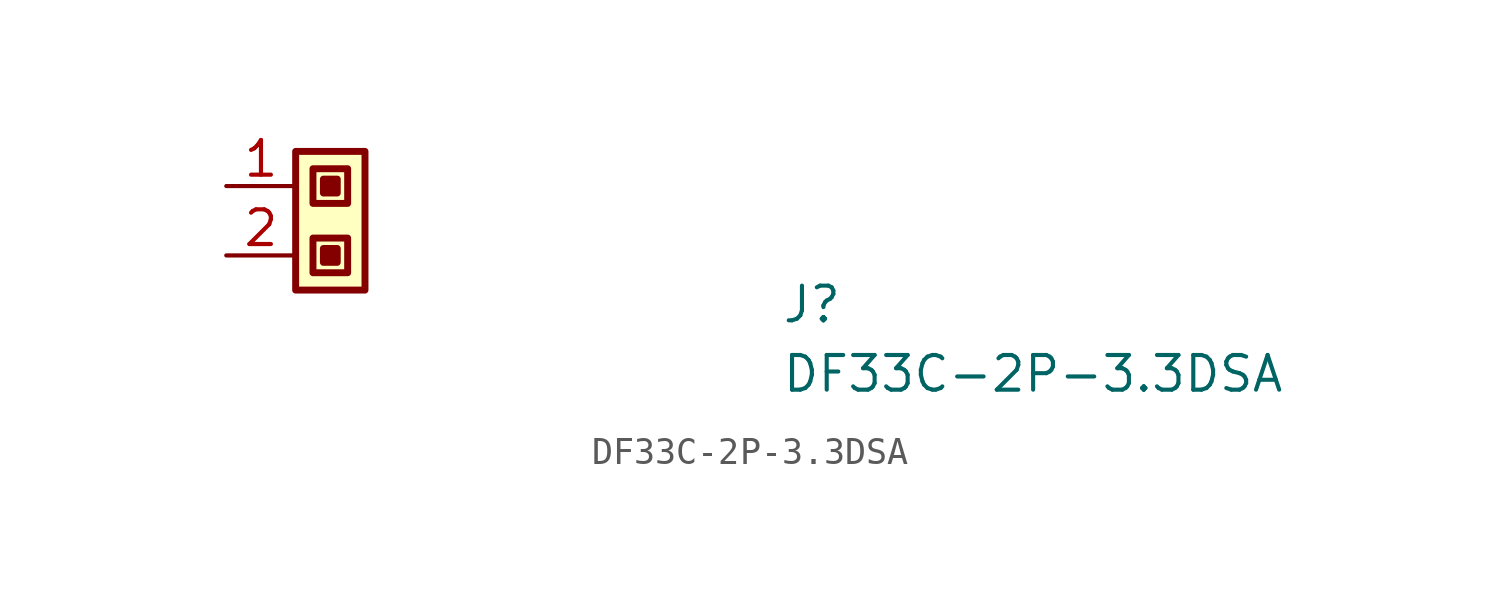
<source format=kicad_sym>
(kicad_symbol_lib
  (version 20211014)
  (generator kicad_symbol_editor)
  (symbol "DF33C-2P-3.3DSA"
    (property "Reference" "J"
      (at 20.32 -5.08 0)
      (effects (font (size 1.27 1.27) (thickness 0.15)) (justify left bottom)))
    (property "Value" "DF33C-2P-3.3DSA"
      (at 20.32 -7.62 0)
      (effects (font (size 1.27 1.27) (thickness 0.15)) (justify left bottom)))
    (symbol "DF33C-2P-3.3DSA_1_1"
      (rectangle (start 2.54 1.27) (end 5.08 -3.81) (stroke (width 0.254) (type default) (color 0 0 0 0)) (fill (type background)))
      (rectangle (start 3.175 -1.905) (end 4.445 -3.175) (stroke (width 0.254) (type default) (color 0 0 0 0)) (fill (type background)))
      (rectangle (start 3.175 0.635) (end 4.445 -0.635) (stroke (width 0.254) (type default) (color 0 0 0 0)) (fill (type background)))
      (rectangle (start 3.556 -2.286) (end 4.064 -2.794) (stroke (width 0.254) (type default) (color 0 0 0 0)) (fill (type outline)))
      (rectangle (start 3.556 0.254) (end 4.064 -0.254) (stroke (width 0.254) (type default) (color 0 0 0 0)) (fill (type outline)))
      (pin input line (at 0 0 0) (length 2.54) (name "~" (effects (font (size 1.27 1.27)))) (number "1" (effects (font (size 1.27 1.27)))))
      (pin input line (at 0 -2.54 0) (length 2.54) (name "~" (effects (font (size 1.27 1.27)))) (number "2" (effects (font (size 1.27 1.27))))))))
</source>
